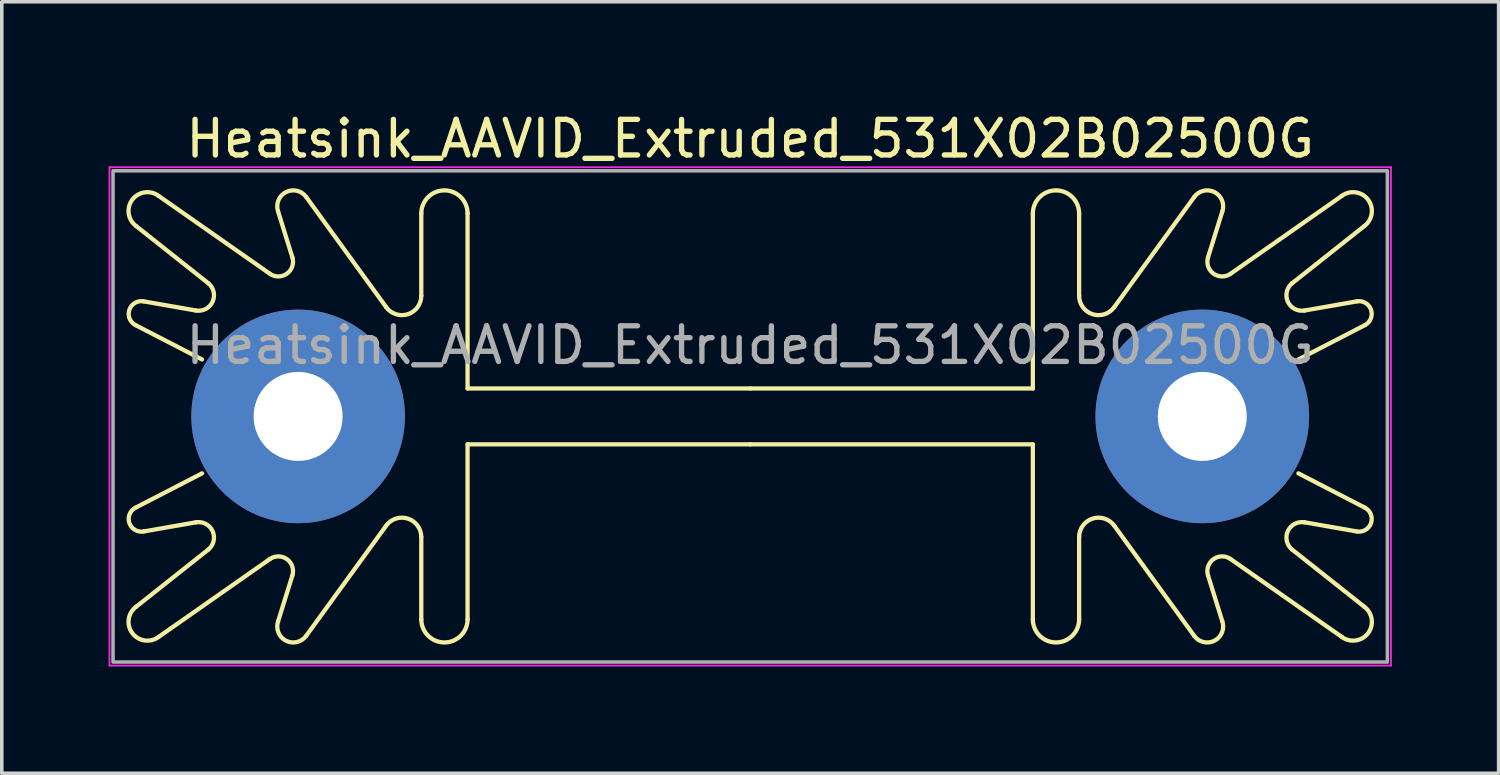
<source format=kicad_pcb>
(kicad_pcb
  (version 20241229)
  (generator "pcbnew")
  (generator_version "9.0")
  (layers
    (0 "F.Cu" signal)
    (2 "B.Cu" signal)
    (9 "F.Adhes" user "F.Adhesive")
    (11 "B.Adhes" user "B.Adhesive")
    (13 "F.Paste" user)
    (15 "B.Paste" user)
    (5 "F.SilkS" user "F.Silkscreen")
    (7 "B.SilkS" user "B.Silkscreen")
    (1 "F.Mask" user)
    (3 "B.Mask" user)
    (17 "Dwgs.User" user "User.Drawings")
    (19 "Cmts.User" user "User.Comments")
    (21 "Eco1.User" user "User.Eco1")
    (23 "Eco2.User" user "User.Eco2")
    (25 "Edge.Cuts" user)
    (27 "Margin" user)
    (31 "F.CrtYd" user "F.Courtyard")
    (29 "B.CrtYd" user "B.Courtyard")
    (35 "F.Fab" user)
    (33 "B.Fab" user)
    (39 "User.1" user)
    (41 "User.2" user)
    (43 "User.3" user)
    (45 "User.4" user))
  (footprint "Heatsink_AAVID_Extruded_531X02B02500G"
    (layer "F.Cu")
    (at 18.025 8.648)
    (property "Reference" "Heatsink_AAVID_Extruded_531X02B02500G" (at 0 -7.8 0) (layer "F.SilkS") (effects (font (size 1 1) (thickness 0.15))))
    (attr through_hole)
    (fp_line (start -17.251 -5.347) (end -15.22 -3.738) (stroke (width 0.12) (type default)) (layer "F.SilkS"))
    (fp_line (start -17.251 5.347) (end -15.22 3.738) (stroke (width 0.12) (type default)) (layer "F.SilkS"))
    (fp_line (start -17.041 -3.232) (end -15.573 -2.975) (stroke (width 0.12) (type default)) (layer "F.SilkS"))
    (fp_line (start -17.041 3.232) (end -15.573 2.975) (stroke (width 0.12) (type default)) (layer "F.SilkS"))
    (fp_line (start -16.62 -6.195) (end -13.494 -4.007) (stroke (width 0.12) (type default)) (layer "F.SilkS"))
    (fp_line (start -16.62 6.195) (end -13.494 4.007) (stroke (width 0.12) (type default)) (layer "F.SilkS"))
    (fp_line (start -15.4 -1.6) (end -17.269 -2.565) (stroke (width 0.12) (type default)) (layer "F.SilkS"))
    (fp_line (start -15.4 1.6) (end -17.269 2.565) (stroke (width 0.12) (type default)) (layer "F.SilkS"))
    (fp_line (start -13.262 -5.755) (end -12.861 -4.467) (stroke (width 0.12) (type default)) (layer "F.SilkS"))
    (fp_line (start -13.262 5.755) (end -12.861 4.467) (stroke (width 0.12) (type default)) (layer "F.SilkS"))
    (fp_line (start -12.474 -6.165) (end -10.227 -3.07) (stroke (width 0.12) (type default)) (layer "F.SilkS"))
    (fp_line (start -12.474 6.165) (end -10.227 3.07) (stroke (width 0.12) (type default)) (layer "F.SilkS"))
    (fp_line (start -9.24 -3.39) (end -9.24 -5.7) (stroke (width 0.12) (type default)) (layer "F.SilkS"))
    (fp_line (start -9.24 3.39) (end -9.24 5.7) (stroke (width 0.12) (type default)) (layer "F.SilkS"))
    (fp_line (start -7.94 -5.7) (end -7.94 -0.785) (stroke (width 0.12) (type default)) (layer "F.SilkS"))
    (fp_line (start -7.94 -0.785) (end 0 -0.785) (stroke (width 0.12) (type default)) (layer "F.SilkS"))
    (fp_line (start -7.94 0.785) (end 0 0.785) (stroke (width 0.12) (type default)) (layer "F.SilkS"))
    (fp_line (start -7.94 5.7) (end -7.94 0.785) (stroke (width 0.12) (type default)) (layer "F.SilkS"))
    (fp_line (start 7.94 -5.7) (end 7.94 -0.785) (stroke (width 0.12) (type default)) (layer "F.SilkS"))
    (fp_line (start 7.94 -0.785) (end 0 -0.785) (stroke (width 0.12) (type default)) (layer "F.SilkS"))
    (fp_line (start 7.94 0.785) (end 0 0.785) (stroke (width 0.12) (type default)) (layer "F.SilkS"))
    (fp_line (start 7.94 5.7) (end 7.94 0.785) (stroke (width 0.12) (type default)) (layer "F.SilkS"))
    (fp_line (start 9.24 -3.39) (end 9.24 -5.7) (stroke (width 0.12) (type default)) (layer "F.SilkS"))
    (fp_line (start 9.24 3.39) (end 9.24 5.7) (stroke (width 0.12) (type default)) (layer "F.SilkS"))
    (fp_line (start 12.474 -6.165) (end 10.227 -3.07) (stroke (width 0.12) (type default)) (layer "F.SilkS"))
    (fp_line (start 12.474 6.165) (end 10.227 3.07) (stroke (width 0.12) (type default)) (layer "F.SilkS"))
    (fp_line (start 13.262 -5.755) (end 12.861 -4.467) (stroke (width 0.12) (type default)) (layer "F.SilkS"))
    (fp_line (start 13.262 5.755) (end 12.861 4.467) (stroke (width 0.12) (type default)) (layer "F.SilkS"))
    (fp_line (start 15.4 -1.6) (end 17.269 -2.565) (stroke (width 0.12) (type default)) (layer "F.SilkS"))
    (fp_line (start 15.4 1.6) (end 17.269 2.565) (stroke (width 0.12) (type default)) (layer "F.SilkS"))
    (fp_line (start 16.62 -6.195) (end 13.494 -4.007) (stroke (width 0.12) (type default)) (layer "F.SilkS"))
    (fp_line (start 16.62 6.195) (end 13.494 4.007) (stroke (width 0.12) (type default)) (layer "F.SilkS"))
    (fp_line (start 17.041 -3.232) (end 15.573 -2.975) (stroke (width 0.12) (type default)) (layer "F.SilkS"))
    (fp_line (start 17.041 3.232) (end 15.573 2.975) (stroke (width 0.12) (type default)) (layer "F.SilkS"))
    (fp_line (start 17.251 -5.347) (end 15.22 -3.738) (stroke (width 0.12) (type default)) (layer "F.SilkS"))
    (fp_line (start 17.251 5.347) (end 15.22 3.738) (stroke (width 0.12) (type default)) (layer "F.SilkS"))
    (fp_arc (start -17.269214 -2.565036) (mid -17.440597 -2.996056) (end -17.041391 -3.232244) (stroke (width 0.12) (type default)) (layer "F.SilkS"))
    (fp_arc (start -17.251322 -5.347047) (mid -17.35513 -6.083544) (end -16.619722 -6.194806) (stroke (width 0.12) (type default)) (layer "F.SilkS"))
    (fp_arc (start -17.041391 3.232244) (mid -17.440597 2.996056) (end -17.269214 2.565036) (stroke (width 0.12) (type default)) (layer "F.SilkS"))
    (fp_arc (start -16.619722 6.194806) (mid -17.35513 6.083544) (end -17.251322 5.347047) (stroke (width 0.12) (type default)) (layer "F.SilkS"))
    (fp_arc (start -15.573285 2.975325) (mid -15.103475 3.221267) (end -15.220495 3.738486) (stroke (width 0.12) (type default)) (layer "F.SilkS"))
    (fp_arc (start -15.220495 -3.738486) (mid -15.103476 -3.221268) (end -15.573285 -2.975325) (stroke (width 0.12) (type default)) (layer "F.SilkS"))
    (fp_arc (start -13.494196 4.006938) (mid -13.013649 4.011159) (end -12.86112 4.466876) (stroke (width 0.12) (type default)) (layer "F.SilkS"))
    (fp_arc (start -13.262222 -5.754806) (mid -13.044559 -6.299541) (end -12.473631 -6.164803) (stroke (width 0.12) (type default)) (layer "F.SilkS"))
    (fp_arc (start -12.86112 -4.466876) (mid -13.013649 -4.011159) (end -13.494196 -4.006938) (stroke (width 0.12) (type default)) (layer "F.SilkS"))
    (fp_arc (start -12.473631 6.164803) (mid -13.044559 6.299541) (end -13.262222 5.754806) (stroke (width 0.12) (type default)) (layer "F.SilkS"))
    (fp_arc (start -10.227108 3.069551) (mid -9.617107 2.871094) (end -9.24 3.390015) (stroke (width 0.12) (type default)) (layer "F.SilkS"))
    (fp_arc (start -9.24 -5.700005) (mid -8.589998 -6.34999) (end -7.94 -5.7) (stroke (width 0.12) (type default)) (layer "F.SilkS"))
    (fp_arc (start -9.24 -3.390015) (mid -9.617106 -2.871091) (end -10.227108 -3.069551) (stroke (width 0.12) (type default)) (layer "F.SilkS"))
    (fp_arc (start -7.94 5.7) (mid -8.589998 6.34999) (end -9.24 5.700005) (stroke (width 0.12) (type default)) (layer "F.SilkS"))
    (fp_arc (start 7.94 -5.7) (mid 8.589997 -6.35) (end 9.24 -5.700005) (stroke (width 0.12) (type default)) (layer "F.SilkS"))
    (fp_arc (start 9.24 3.390015) (mid 9.617118 2.871065) (end 10.227108 3.069551) (stroke (width 0.12) (type default)) (layer "F.SilkS"))
    (fp_arc (start 9.24 5.700005) (mid 8.589998 6.35) (end 7.94 5.7) (stroke (width 0.12) (type default)) (layer "F.SilkS"))
    (fp_arc (start 10.227108 -3.069551) (mid 9.617136 -2.87112) (end 9.24 -3.390015) (stroke (width 0.12) (type default)) (layer "F.SilkS"))
    (fp_arc (start 12.473631 -6.164803) (mid 13.044573 -6.29957) (end 13.262222 -5.754806) (stroke (width 0.12) (type default)) (layer "F.SilkS"))
    (fp_arc (start 12.86112 4.466876) (mid 13.013648 4.011156) (end 13.494196 4.006938) (stroke (width 0.12) (type default)) (layer "F.SilkS"))
    (fp_arc (start 13.262222 5.754806) (mid 13.044557 6.299538) (end 12.473631 6.164803) (stroke (width 0.12) (type default)) (layer "F.SilkS"))
    (fp_arc (start 13.494196 -4.006938) (mid 13.013654 -4.011181) (end 12.86112 -4.466876) (stroke (width 0.12) (type default)) (layer "F.SilkS"))
    (fp_arc (start 15.220495 3.738486) (mid 15.103486 3.221284) (end 15.573285 2.975325) (stroke (width 0.12) (type default)) (layer "F.SilkS"))
    (fp_arc (start 15.573285 -2.975325) (mid 15.103462 -3.221272) (end 15.220495 -3.738486) (stroke (width 0.12) (type default)) (layer "F.SilkS"))
    (fp_arc (start 16.619722 -6.194806) (mid 17.355106 -6.08352) (end 17.251322 -5.347047) (stroke (width 0.12) (type default)) (layer "F.SilkS"))
    (fp_arc (start 17.041391 -3.232244) (mid 17.440636 -2.99603) (end 17.269214 -2.565036) (stroke (width 0.12) (type default)) (layer "F.SilkS"))
    (fp_arc (start 17.251322 5.347047) (mid 17.355097 6.083513) (end 16.619722 6.194806) (stroke (width 0.12) (type default)) (layer "F.SilkS"))
    (fp_arc (start 17.269214 2.565036) (mid 17.440597 2.996059) (end 17.041391 3.232244) (stroke (width 0.12) (type default)) (layer "F.SilkS"))
    (fp_line (start -18 -7) (end -18 7) (stroke (width 0.05) (type solid)) (layer "F.CrtYd"))
    (fp_line (start -18 -7) (end 18 -7) (stroke (width 0.05) (type solid)) (layer "F.CrtYd"))
    (fp_line (start 18 7) (end -18 7) (stroke (width 0.05) (type solid)) (layer "F.CrtYd"))
    (fp_line (start 18 7) (end 18 -7) (stroke (width 0.05) (type solid)) (layer "F.CrtYd"))
    (fp_rect (start -17.9 -6.9) (end 17.9 6.9) (stroke (width 0.1) (type default)) (fill no) (layer "F.Fab"))
    (fp_text user "${REFERENCE}" (at 0 -2 0) (layer "F.Fab") (effects (font (size 1 1) (thickness 0.15))))
    (pad "1" thru_hole circle (at -12.7 0) (size 6 6) (drill 2.5) (layers "*.Cu" "*.Mask"))
    (pad "1" thru_hole circle (at 12.7 0) (size 6 6) (drill 2.5) (layers "*.Cu" "*.Mask")))
  (gr_rect
    (start -3 -3)
    (end 39.05 18.673)
    (stroke (width 0.1) (type default))
    (fill no)
    (layer "Edge.Cuts")))
</source>
